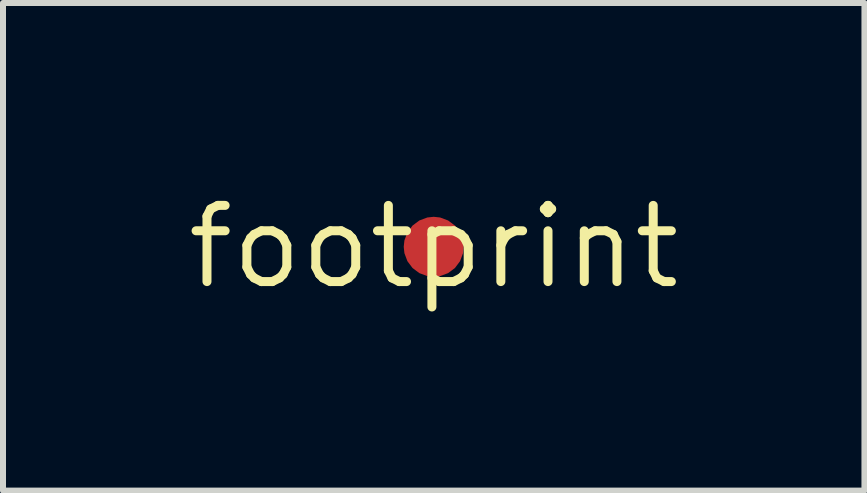
<source format=kicad_pcb>
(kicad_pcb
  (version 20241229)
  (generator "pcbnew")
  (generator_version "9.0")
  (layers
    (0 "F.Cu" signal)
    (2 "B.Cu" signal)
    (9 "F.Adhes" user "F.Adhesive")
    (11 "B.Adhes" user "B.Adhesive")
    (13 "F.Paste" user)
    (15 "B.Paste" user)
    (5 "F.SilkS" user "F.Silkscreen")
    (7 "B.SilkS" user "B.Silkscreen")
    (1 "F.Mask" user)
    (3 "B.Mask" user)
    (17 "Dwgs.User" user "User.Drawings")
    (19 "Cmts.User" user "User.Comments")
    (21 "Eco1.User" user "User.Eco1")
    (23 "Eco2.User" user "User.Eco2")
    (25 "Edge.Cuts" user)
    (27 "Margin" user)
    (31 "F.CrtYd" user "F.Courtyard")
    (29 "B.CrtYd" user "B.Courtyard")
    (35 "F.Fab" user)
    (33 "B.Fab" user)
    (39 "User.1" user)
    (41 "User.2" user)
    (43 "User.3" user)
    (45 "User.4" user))
  (footprint "footprint"
    (layer "F.Cu")
    (at 4.18 1.064)
    (property "Reference" "footprint" (at 0 0 0) (layer "F.SilkS") (effects (font (size 1.27 1.27) (thickness 0.15))))
    (fp_poly (pts (xy 0.404 -0.984) (xy 0.591 -0.885) (xy 0.752 -0.752) (xy 0.885 -0.591) (xy 0.983 -0.407) (xy 1.043 -0.208) (xy 1.064 0.003) (xy 0.984 0.404) (xy 0.885 0.591) (xy 0.752 0.752) (xy 0.591 0.885) (xy 0.407 0.983) (xy 0.208 1.043) (xy -0.003 1.064) (xy -0.404 0.984) (xy -0.591 0.885) (xy -0.752 0.752) (xy -0.885 0.591) (xy -0.983 0.407) (xy -1.043 0.208) (xy -1.064 -0.003) (xy -0.984 -0.404) (xy -0.885 -0.591) (xy -0.752 -0.752) (xy -0.591 -0.885) (xy -0.407 -0.983) (xy -0.208 -1.043) (xy 0.003 -1.064)) (stroke (width 0) (type solid)) (fill yes) (layer "F.Mask"))
    (pad "1" smd roundrect (at 0 0) (size 1 1) (layers "F.Cu") (roundrect_rratio 0.5))
    (zone (net_name "") (layer "F.Cu") (hatch edge 0.508) (connect_pads) (min_thickness 0.254) (filled_areas_thickness no) (keepout (tracks not_allowed) (vias not_allowed) (pads not_allowed) (copperpour not_allowed) (footprints allowed)) (placement (enabled no)) (fill) (polygon (pts (xy 3.18 1.064) (xy 3.199 1.259) (xy 3.256 1.447) (xy 3.349 1.62) (xy 3.473 1.771) (xy 3.625 1.896) (xy 3.797 1.988) (xy 4.18 2.064) (xy 4.375 2.045) (xy 4.563 1.988) (xy 4.736 1.896) (xy 4.887 1.771) (xy 5.012 1.62) (xy 5.104 1.447) (xy 5.18 1.064) (xy 5.161 0.869) (xy 5.104 0.681) (xy 5.012 0.509) (xy 4.887 0.357) (xy 4.736 0.233) (xy 4.563 0.14) (xy 4.18 0.064) (xy 3.985 0.083) (xy 3.797 0.14) (xy 3.625 0.233) (xy 3.473 0.357) (xy 3.349 0.509) (xy 3.256 0.681)))))
  (gr_rect
    (start -3 -3)
    (end 11.36 5.128)
    (stroke (width 0.1) (type default))
    (fill no)
    (layer "Edge.Cuts")))
</source>
